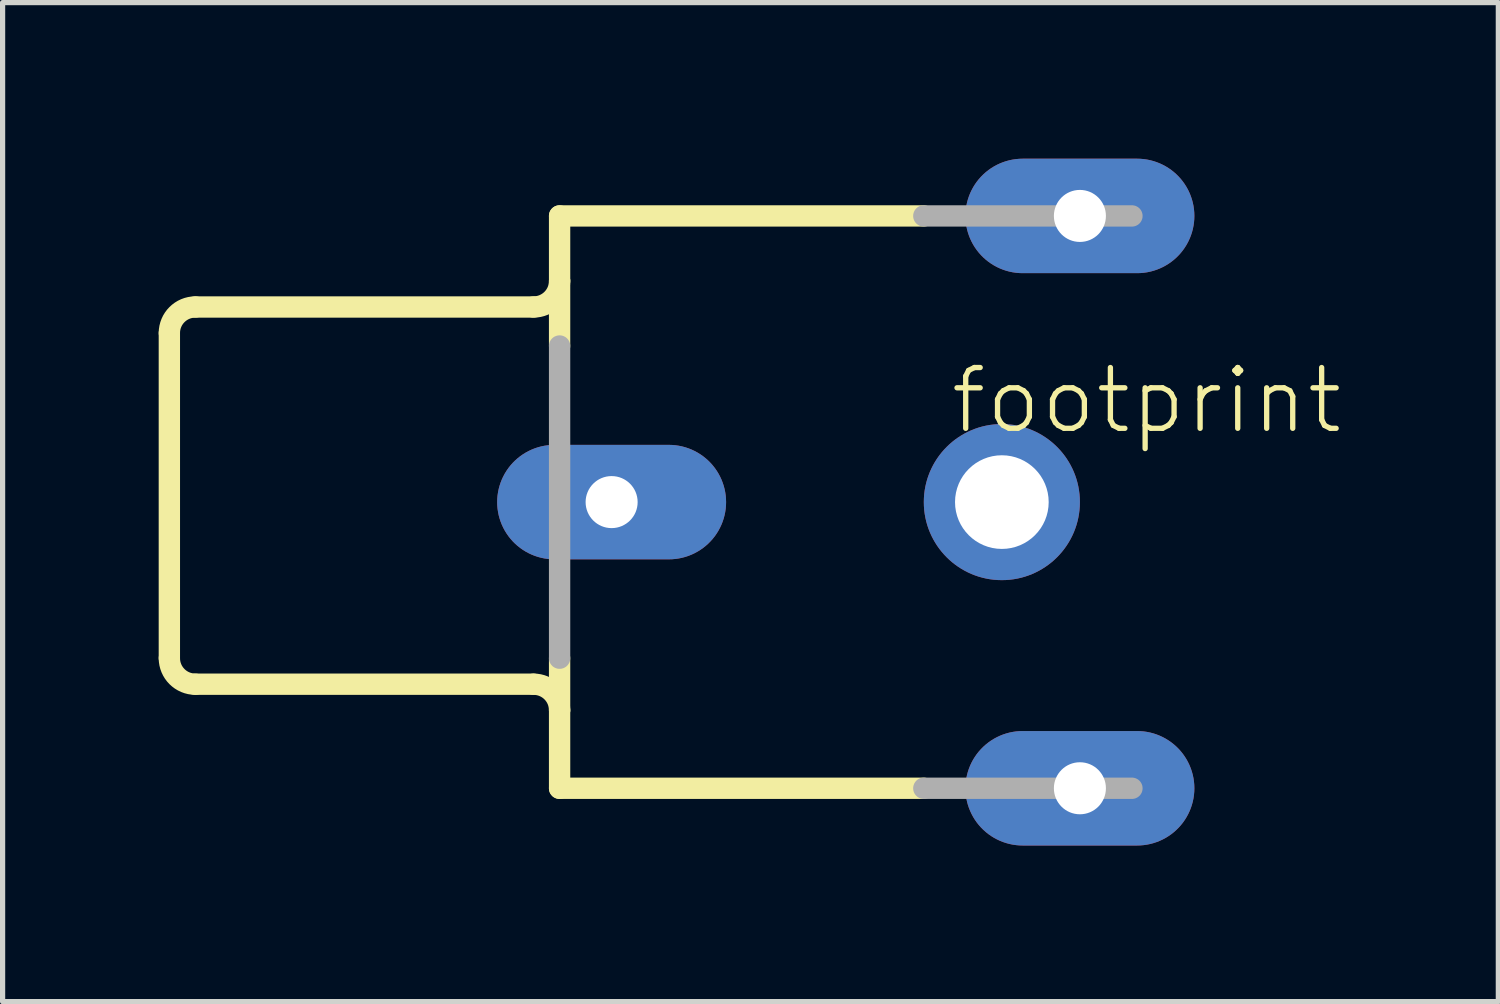
<source format=kicad_pcb>
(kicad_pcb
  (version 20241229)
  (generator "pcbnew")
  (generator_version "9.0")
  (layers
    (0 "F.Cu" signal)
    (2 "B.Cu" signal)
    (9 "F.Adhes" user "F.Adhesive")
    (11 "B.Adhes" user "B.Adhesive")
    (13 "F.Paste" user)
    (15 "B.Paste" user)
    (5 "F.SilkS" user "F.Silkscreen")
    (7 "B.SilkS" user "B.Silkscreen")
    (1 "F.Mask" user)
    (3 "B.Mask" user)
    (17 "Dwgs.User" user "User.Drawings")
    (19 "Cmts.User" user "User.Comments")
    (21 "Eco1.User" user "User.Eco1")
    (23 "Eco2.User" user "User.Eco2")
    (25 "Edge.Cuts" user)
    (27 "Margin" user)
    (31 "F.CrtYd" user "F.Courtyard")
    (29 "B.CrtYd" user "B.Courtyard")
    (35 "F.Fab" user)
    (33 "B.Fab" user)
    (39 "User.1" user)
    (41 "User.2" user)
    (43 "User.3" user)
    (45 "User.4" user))
  (footprint "footprint"
    (layer "F.Cu")
    (at 12.625 6.6)
    (property "Reference" "footprint" (at 2.54 -1.27 0) (layer "F.SilkS") (effects (font (size 1.168 1.168) (thickness 0.102)) (justify left bottom)))
    (fp_line (start -12.42 3) (end -12.42 -3.25) (stroke (width 0.41) (type solid)) (layer "F.SilkS"))
    (fp_line (start -11.92 -3.75) (end -5.42 -3.75) (stroke (width 0.41) (type solid)) (layer "F.SilkS"))
    (fp_line (start -5.42 3.5) (end -11.92 3.5) (stroke (width 0.41) (type solid)) (layer "F.SilkS"))
    (fp_line (start -4.92 -5.5) (end -4.92 -4.25) (stroke (width 0.41) (type solid)) (layer "F.SilkS"))
    (fp_line (start -4.92 -4.25) (end -4.92 -3) (stroke (width 0.41) (type solid)) (layer "F.SilkS"))
    (fp_line (start -4.92 4) (end -4.92 3) (stroke (width 0.41) (type solid)) (layer "F.SilkS"))
    (fp_line (start -4.92 5.5) (end -4.92 4) (stroke (width 0.41) (type solid)) (layer "F.SilkS"))
    (fp_line (start 2.08 -5.5) (end -4.92 -5.5) (stroke (width 0.41) (type solid)) (layer "F.SilkS"))
    (fp_line (start 2.08 5.5) (end -4.92 5.5) (stroke (width 0.41) (type solid)) (layer "F.SilkS"))
    (fp_arc (start -12.42 -3.25) (mid -12.273553 -3.603553) (end -11.92 -3.75) (stroke (width 0.4096) (type solid)) (layer "F.SilkS"))
    (fp_arc (start -11.92 3.5) (mid -12.273553 3.353553) (end -12.42 3) (stroke (width 0.4096) (type solid)) (layer "F.SilkS"))
    (fp_arc (start -5.42 3.5) (mid -5.066447 3.646447) (end -4.92 4) (stroke (width 0.4096) (type solid)) (layer "F.SilkS"))
    (fp_arc (start -4.92 -4.25) (mid -5.066447 -3.896447) (end -5.42 -3.75) (stroke (width 0.4096) (type solid)) (layer "F.SilkS"))
    (fp_line (start -4.92 -3) (end -4.92 3) (stroke (width 0.41) (type solid)) (layer "F.Fab"))
    (fp_line (start 6.08 -5.5) (end 2.08 -5.5) (stroke (width 0.41) (type solid)) (layer "F.Fab"))
    (fp_line (start 6.08 5.5) (end 2.08 5.5) (stroke (width 0.41) (type solid)) (layer "F.Fab"))
    (pad "1" thru_hole oval (at -3.92 0) (size 4.4 2.2) (drill 1) (layers "*.Cu" "*.Mask"))
    (pad "1@1" thru_hole oval (at 5.08 5.5) (size 4.4 2.2) (drill 1) (layers "*.Cu" "*.Mask"))
    (pad "1@2" thru_hole oval (at 5.08 -5.5) (size 4.4 2.2) (drill 1) (layers "*.Cu" "*.Mask"))
    (pad "2" thru_hole circle (at 3.58 0) (size 3 3) (drill 1.8) (layers "*.Cu" "*.Mask")))
  (gr_rect
    (start -3 -3)
    (end 25.747 16.2)
    (stroke (width 0.1) (type default))
    (fill no)
    (layer "Edge.Cuts")))
</source>
